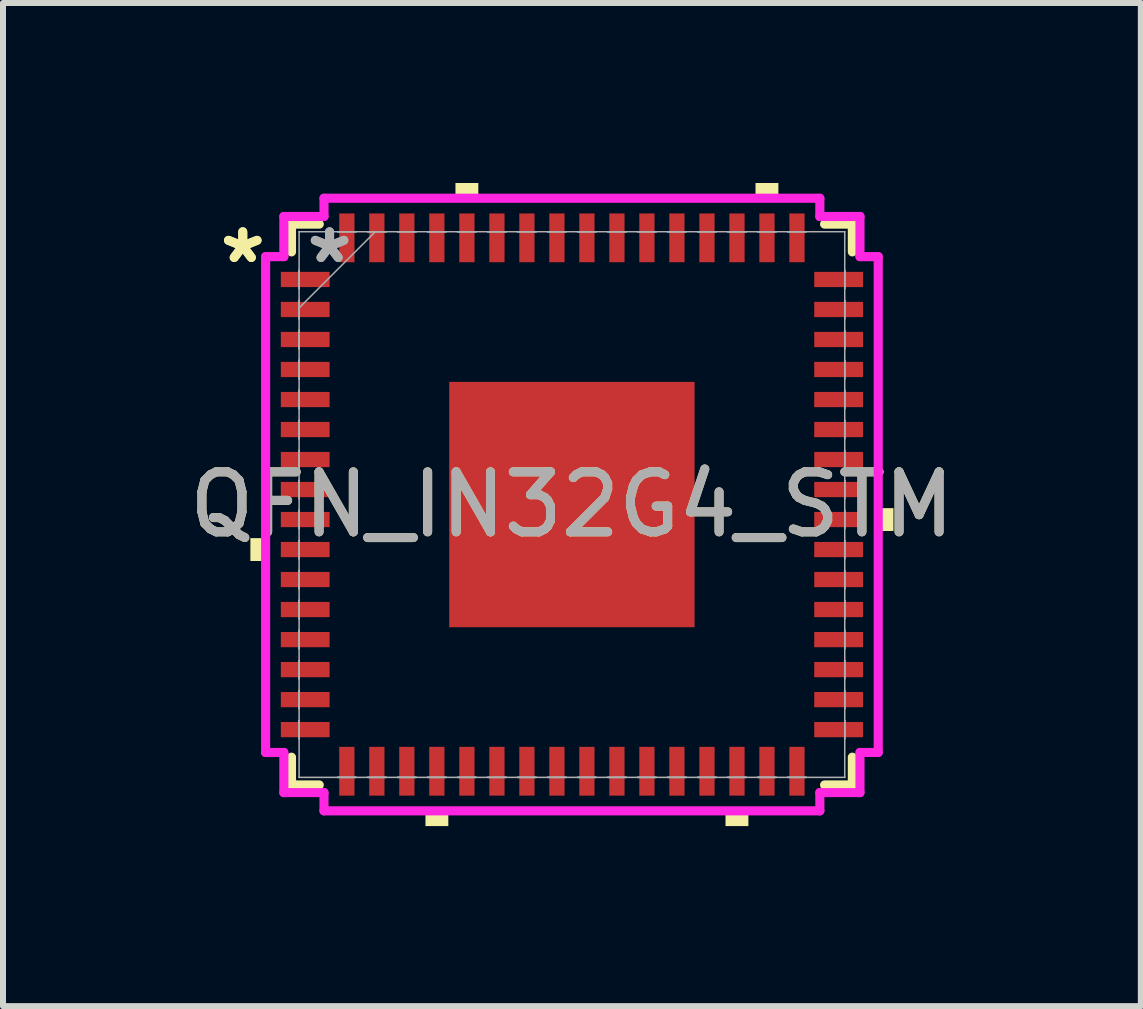
<source format=kicad_pcb>
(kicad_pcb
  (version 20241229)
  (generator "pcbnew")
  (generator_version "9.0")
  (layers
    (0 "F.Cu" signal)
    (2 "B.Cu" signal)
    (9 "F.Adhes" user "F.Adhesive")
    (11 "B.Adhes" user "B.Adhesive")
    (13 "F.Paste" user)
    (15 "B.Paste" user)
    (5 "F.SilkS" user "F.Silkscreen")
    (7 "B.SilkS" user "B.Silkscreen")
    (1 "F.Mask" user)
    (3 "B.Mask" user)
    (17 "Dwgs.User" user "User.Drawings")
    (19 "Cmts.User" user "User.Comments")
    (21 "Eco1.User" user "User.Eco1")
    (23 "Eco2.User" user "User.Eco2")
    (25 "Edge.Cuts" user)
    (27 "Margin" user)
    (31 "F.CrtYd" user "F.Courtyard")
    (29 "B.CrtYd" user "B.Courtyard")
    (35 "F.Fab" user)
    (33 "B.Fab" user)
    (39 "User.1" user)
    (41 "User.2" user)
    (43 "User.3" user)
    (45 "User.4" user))
  (footprint "QFN_IN32G4_STM"
    (layer "F.Cu")
    (at 6.482 5.359)
    (property "Reference" "QFN_IN32G4_STM" (at 0 0 0) (unlocked yes) (layer "F.SilkS") (effects (font (size 1 1) (thickness 0.15))))
    (attr smd)
    (fp_line (start -4.674 -4.674) (end -4.674 -4.211) (stroke (width 0.152) (type solid)) (layer "F.SilkS"))
    (fp_line (start -4.674 4.211) (end -4.674 4.674) (stroke (width 0.152) (type solid)) (layer "F.SilkS"))
    (fp_line (start -4.674 4.674) (end -4.211 4.674) (stroke (width 0.152) (type solid)) (layer "F.SilkS"))
    (fp_line (start -4.211 -4.674) (end -4.674 -4.674) (stroke (width 0.152) (type solid)) (layer "F.SilkS"))
    (fp_line (start 4.211 4.674) (end 4.674 4.674) (stroke (width 0.152) (type solid)) (layer "F.SilkS"))
    (fp_line (start 4.674 -4.674) (end 4.211 -4.674) (stroke (width 0.152) (type solid)) (layer "F.SilkS"))
    (fp_line (start 4.674 -4.211) (end 4.674 -4.674) (stroke (width 0.152) (type solid)) (layer "F.SilkS"))
    (fp_line (start 4.674 4.674) (end 4.674 4.211) (stroke (width 0.152) (type solid)) (layer "F.SilkS"))
    (fp_poly (pts (xy -5.359 0.56) (xy -5.359 0.941) (xy -5.105 0.941) (xy -5.105 0.56)) (stroke (width 0) (type solid)) (fill yes) (layer "F.SilkS"))
    (fp_poly (pts (xy -2.441 5.105) (xy -2.441 5.359) (xy -2.06 5.359) (xy -2.06 5.105)) (stroke (width 0) (type solid)) (fill yes) (layer "F.SilkS"))
    (fp_poly (pts (xy -1.941 -5.105) (xy -1.941 -5.359) (xy -1.56 -5.359) (xy -1.56 -5.105)) (stroke (width 0) (type solid)) (fill yes) (layer "F.SilkS"))
    (fp_poly (pts (xy 2.56 5.105) (xy 2.56 5.359) (xy 2.941 5.359) (xy 2.941 5.105)) (stroke (width 0) (type solid)) (fill yes) (layer "F.SilkS"))
    (fp_poly (pts (xy 3.06 -5.105) (xy 3.06 -5.359) (xy 3.441 -5.359) (xy 3.441 -5.105)) (stroke (width 0) (type solid)) (fill yes) (layer "F.SilkS"))
    (fp_poly (pts (xy 5.359 0.06) (xy 5.359 0.441) (xy 5.105 0.441) (xy 5.105 0.06)) (stroke (width 0) (type solid)) (fill yes) (layer "F.SilkS"))
    (fp_poly (pts (xy -1.945 -1.945) (xy -1.945 -0.782) (xy -0.782 -0.782) (xy -0.782 -1.945)) (stroke (width 0) (type solid)) (fill yes) (layer "F.Paste"))
    (fp_poly (pts (xy -1.945 -0.582) (xy -1.945 0.582) (xy -0.782 0.582) (xy -0.782 -0.582)) (stroke (width 0) (type solid)) (fill yes) (layer "F.Paste"))
    (fp_poly (pts (xy -1.945 0.782) (xy -1.945 1.945) (xy -0.782 1.945) (xy -0.782 0.782)) (stroke (width 0) (type solid)) (fill yes) (layer "F.Paste"))
    (fp_poly (pts (xy -0.582 -1.945) (xy -0.582 -0.782) (xy 0.582 -0.782) (xy 0.582 -1.945)) (stroke (width 0) (type solid)) (fill yes) (layer "F.Paste"))
    (fp_poly (pts (xy -0.582 -0.582) (xy -0.582 0.582) (xy 0.582 0.582) (xy 0.582 -0.582)) (stroke (width 0) (type solid)) (fill yes) (layer "F.Paste"))
    (fp_poly (pts (xy -0.582 0.782) (xy -0.582 1.945) (xy 0.582 1.945) (xy 0.582 0.782)) (stroke (width 0) (type solid)) (fill yes) (layer "F.Paste"))
    (fp_poly (pts (xy 0.782 -1.945) (xy 0.782 -0.782) (xy 1.945 -0.782) (xy 1.945 -1.945)) (stroke (width 0) (type solid)) (fill yes) (layer "F.Paste"))
    (fp_poly (pts (xy 0.782 -0.582) (xy 0.782 0.582) (xy 1.945 0.582) (xy 1.945 -0.582)) (stroke (width 0) (type solid)) (fill yes) (layer "F.Paste"))
    (fp_poly (pts (xy 0.782 0.782) (xy 0.782 1.945) (xy 1.945 1.945) (xy 1.945 0.782)) (stroke (width 0) (type solid)) (fill yes) (layer "F.Paste"))
    (fp_line (start -5.105 -4.132) (end -4.801 -4.132) (stroke (width 0.152) (type solid)) (layer "F.CrtYd"))
    (fp_line (start -5.105 4.132) (end -5.105 -4.132) (stroke (width 0.152) (type solid)) (layer "F.CrtYd"))
    (fp_line (start -4.801 -4.801) (end -4.132 -4.801) (stroke (width 0.152) (type solid)) (layer "F.CrtYd"))
    (fp_line (start -4.801 -4.132) (end -4.801 -4.801) (stroke (width 0.152) (type solid)) (layer "F.CrtYd"))
    (fp_line (start -4.801 4.132) (end -5.105 4.132) (stroke (width 0.152) (type solid)) (layer "F.CrtYd"))
    (fp_line (start -4.801 4.801) (end -4.801 4.132) (stroke (width 0.152) (type solid)) (layer "F.CrtYd"))
    (fp_line (start -4.132 -5.105) (end 4.132 -5.105) (stroke (width 0.152) (type solid)) (layer "F.CrtYd"))
    (fp_line (start -4.132 -4.801) (end -4.132 -5.105) (stroke (width 0.152) (type solid)) (layer "F.CrtYd"))
    (fp_line (start -4.132 4.801) (end -4.801 4.801) (stroke (width 0.152) (type solid)) (layer "F.CrtYd"))
    (fp_line (start -4.132 5.105) (end -4.132 4.801) (stroke (width 0.152) (type solid)) (layer "F.CrtYd"))
    (fp_line (start 4.132 -5.105) (end 4.132 -4.801) (stroke (width 0.152) (type solid)) (layer "F.CrtYd"))
    (fp_line (start 4.132 -4.801) (end 4.801 -4.801) (stroke (width 0.152) (type solid)) (layer "F.CrtYd"))
    (fp_line (start 4.132 4.801) (end 4.132 5.105) (stroke (width 0.152) (type solid)) (layer "F.CrtYd"))
    (fp_line (start 4.132 5.105) (end -4.132 5.105) (stroke (width 0.152) (type solid)) (layer "F.CrtYd"))
    (fp_line (start 4.801 -4.801) (end 4.801 -4.132) (stroke (width 0.152) (type solid)) (layer "F.CrtYd"))
    (fp_line (start 4.801 -4.132) (end 5.105 -4.132) (stroke (width 0.152) (type solid)) (layer "F.CrtYd"))
    (fp_line (start 4.801 4.132) (end 4.801 4.801) (stroke (width 0.152) (type solid)) (layer "F.CrtYd"))
    (fp_line (start 4.801 4.801) (end 4.132 4.801) (stroke (width 0.152) (type solid)) (layer "F.CrtYd"))
    (fp_line (start 5.105 -4.132) (end 5.105 4.132) (stroke (width 0.152) (type solid)) (layer "F.CrtYd"))
    (fp_line (start 5.105 4.132) (end 4.801 4.132) (stroke (width 0.152) (type solid)) (layer "F.CrtYd"))
    (fp_line (start -4.547 -4.547) (end -4.547 -4.547) (stroke (width 0.025) (type solid)) (layer "F.Fab"))
    (fp_line (start -4.547 -4.547) (end -4.547 4.547) (stroke (width 0.025) (type solid)) (layer "F.Fab"))
    (fp_line (start -4.547 -3.903) (end -4.547 -3.903) (stroke (width 0.025) (type solid)) (layer "F.Fab"))
    (fp_line (start -4.547 -3.903) (end -4.547 -3.599) (stroke (width 0.025) (type solid)) (layer "F.Fab"))
    (fp_line (start -4.547 -3.599) (end -4.547 -3.903) (stroke (width 0.025) (type solid)) (layer "F.Fab"))
    (fp_line (start -4.547 -3.599) (end -4.547 -3.599) (stroke (width 0.025) (type solid)) (layer "F.Fab"))
    (fp_line (start -4.547 -3.403) (end -4.547 -3.403) (stroke (width 0.025) (type solid)) (layer "F.Fab"))
    (fp_line (start -4.547 -3.403) (end -4.547 -3.098) (stroke (width 0.025) (type solid)) (layer "F.Fab"))
    (fp_line (start -4.547 -3.277) (end -3.277 -4.547) (stroke (width 0.025) (type solid)) (layer "F.Fab"))
    (fp_line (start -4.547 -3.098) (end -4.547 -3.403) (stroke (width 0.025) (type solid)) (layer "F.Fab"))
    (fp_line (start -4.547 -3.098) (end -4.547 -3.098) (stroke (width 0.025) (type solid)) (layer "F.Fab"))
    (fp_line (start -4.547 -2.903) (end -4.547 -2.903) (stroke (width 0.025) (type solid)) (layer "F.Fab"))
    (fp_line (start -4.547 -2.903) (end -4.547 -2.598) (stroke (width 0.025) (type solid)) (layer "F.Fab"))
    (fp_line (start -4.547 -2.598) (end -4.547 -2.903) (stroke (width 0.025) (type solid)) (layer "F.Fab"))
    (fp_line (start -4.547 -2.598) (end -4.547 -2.598) (stroke (width 0.025) (type solid)) (layer "F.Fab"))
    (fp_line (start -4.547 -2.403) (end -4.547 -2.403) (stroke (width 0.025) (type solid)) (layer "F.Fab"))
    (fp_line (start -4.547 -2.403) (end -4.547 -2.098) (stroke (width 0.025) (type solid)) (layer "F.Fab"))
    (fp_line (start -4.547 -2.098) (end -4.547 -2.403) (stroke (width 0.025) (type solid)) (layer "F.Fab"))
    (fp_line (start -4.547 -2.098) (end -4.547 -2.098) (stroke (width 0.025) (type solid)) (layer "F.Fab"))
    (fp_line (start -4.547 -1.903) (end -4.547 -1.903) (stroke (width 0.025) (type solid)) (layer "F.Fab"))
    (fp_line (start -4.547 -1.903) (end -4.547 -1.598) (stroke (width 0.025) (type solid)) (layer "F.Fab"))
    (fp_line (start -4.547 -1.598) (end -4.547 -1.903) (stroke (width 0.025) (type solid)) (layer "F.Fab"))
    (fp_line (start -4.547 -1.598) (end -4.547 -1.598) (stroke (width 0.025) (type solid)) (layer "F.Fab"))
    (fp_line (start -4.547 -1.403) (end -4.547 -1.403) (stroke (width 0.025) (type solid)) (layer "F.Fab"))
    (fp_line (start -4.547 -1.403) (end -4.547 -1.098) (stroke (width 0.025) (type solid)) (layer "F.Fab"))
    (fp_line (start -4.547 -1.098) (end -4.547 -1.403) (stroke (width 0.025) (type solid)) (layer "F.Fab"))
    (fp_line (start -4.547 -1.098) (end -4.547 -1.098) (stroke (width 0.025) (type solid)) (layer "F.Fab"))
    (fp_line (start -4.547 -0.903) (end -4.547 -0.903) (stroke (width 0.025) (type solid)) (layer "F.Fab"))
    (fp_line (start -4.547 -0.903) (end -4.547 -0.598) (stroke (width 0.025) (type solid)) (layer "F.Fab"))
    (fp_line (start -4.547 -0.598) (end -4.547 -0.903) (stroke (width 0.025) (type solid)) (layer "F.Fab"))
    (fp_line (start -4.547 -0.598) (end -4.547 -0.598) (stroke (width 0.025) (type solid)) (layer "F.Fab"))
    (fp_line (start -4.547 -0.402) (end -4.547 -0.402) (stroke (width 0.025) (type solid)) (layer "F.Fab"))
    (fp_line (start -4.547 -0.402) (end -4.547 -0.098) (stroke (width 0.025) (type solid)) (layer "F.Fab"))
    (fp_line (start -4.547 -0.098) (end -4.547 -0.402) (stroke (width 0.025) (type solid)) (layer "F.Fab"))
    (fp_line (start -4.547 -0.098) (end -4.547 -0.098) (stroke (width 0.025) (type solid)) (layer "F.Fab"))
    (fp_line (start -4.547 0.098) (end -4.547 0.098) (stroke (width 0.025) (type solid)) (layer "F.Fab"))
    (fp_line (start -4.547 0.098) (end -4.547 0.402) (stroke (width 0.025) (type solid)) (layer "F.Fab"))
    (fp_line (start -4.547 0.402) (end -4.547 0.098) (stroke (width 0.025) (type solid)) (layer "F.Fab"))
    (fp_line (start -4.547 0.402) (end -4.547 0.402) (stroke (width 0.025) (type solid)) (layer "F.Fab"))
    (fp_line (start -4.547 0.598) (end -4.547 0.598) (stroke (width 0.025) (type solid)) (layer "F.Fab"))
    (fp_line (start -4.547 0.598) (end -4.547 0.903) (stroke (width 0.025) (type solid)) (layer "F.Fab"))
    (fp_line (start -4.547 0.903) (end -4.547 0.598) (stroke (width 0.025) (type solid)) (layer "F.Fab"))
    (fp_line (start -4.547 0.903) (end -4.547 0.903) (stroke (width 0.025) (type solid)) (layer "F.Fab"))
    (fp_line (start -4.547 1.098) (end -4.547 1.098) (stroke (width 0.025) (type solid)) (layer "F.Fab"))
    (fp_line (start -4.547 1.098) (end -4.547 1.403) (stroke (width 0.025) (type solid)) (layer "F.Fab"))
    (fp_line (start -4.547 1.403) (end -4.547 1.098) (stroke (width 0.025) (type solid)) (layer "F.Fab"))
    (fp_line (start -4.547 1.403) (end -4.547 1.403) (stroke (width 0.025) (type solid)) (layer "F.Fab"))
    (fp_line (start -4.547 1.598) (end -4.547 1.598) (stroke (width 0.025) (type solid)) (layer "F.Fab"))
    (fp_line (start -4.547 1.598) (end -4.547 1.903) (stroke (width 0.025) (type solid)) (layer "F.Fab"))
    (fp_line (start -4.547 1.903) (end -4.547 1.598) (stroke (width 0.025) (type solid)) (layer "F.Fab"))
    (fp_line (start -4.547 1.903) (end -4.547 1.903) (stroke (width 0.025) (type solid)) (layer "F.Fab"))
    (fp_line (start -4.547 2.098) (end -4.547 2.098) (stroke (width 0.025) (type solid)) (layer "F.Fab"))
    (fp_line (start -4.547 2.098) (end -4.547 2.403) (stroke (width 0.025) (type solid)) (layer "F.Fab"))
    (fp_line (start -4.547 2.403) (end -4.547 2.098) (stroke (width 0.025) (type solid)) (layer "F.Fab"))
    (fp_line (start -4.547 2.403) (end -4.547 2.403) (stroke (width 0.025) (type solid)) (layer "F.Fab"))
    (fp_line (start -4.547 2.598) (end -4.547 2.598) (stroke (width 0.025) (type solid)) (layer "F.Fab"))
    (fp_line (start -4.547 2.598) (end -4.547 2.903) (stroke (width 0.025) (type solid)) (layer "F.Fab"))
    (fp_line (start -4.547 2.903) (end -4.547 2.598) (stroke (width 0.025) (type solid)) (layer "F.Fab"))
    (fp_line (start -4.547 2.903) (end -4.547 2.903) (stroke (width 0.025) (type solid)) (layer "F.Fab"))
    (fp_line (start -4.547 3.098) (end -4.547 3.098) (stroke (width 0.025) (type solid)) (layer "F.Fab"))
    (fp_line (start -4.547 3.098) (end -4.547 3.403) (stroke (width 0.025) (type solid)) (layer "F.Fab"))
    (fp_line (start -4.547 3.403) (end -4.547 3.098) (stroke (width 0.025) (type solid)) (layer "F.Fab"))
    (fp_line (start -4.547 3.403) (end -4.547 3.403) (stroke (width 0.025) (type solid)) (layer "F.Fab"))
    (fp_line (start -4.547 3.599) (end -4.547 3.599) (stroke (width 0.025) (type solid)) (layer "F.Fab"))
    (fp_line (start -4.547 3.599) (end -4.547 3.903) (stroke (width 0.025) (type solid)) (layer "F.Fab"))
    (fp_line (start -4.547 3.903) (end -4.547 3.599) (stroke (width 0.025) (type solid)) (layer "F.Fab"))
    (fp_line (start -4.547 3.903) (end -4.547 3.903) (stroke (width 0.025) (type solid)) (layer "F.Fab"))
    (fp_line (start -4.547 4.547) (end -4.547 4.547) (stroke (width 0.025) (type solid)) (layer "F.Fab"))
    (fp_line (start -4.547 4.547) (end 4.547 4.547) (stroke (width 0.025) (type solid)) (layer "F.Fab"))
    (fp_line (start -3.903 -4.547) (end -3.903 -4.547) (stroke (width 0.025) (type solid)) (layer "F.Fab"))
    (fp_line (start -3.903 -4.547) (end -3.599 -4.547) (stroke (width 0.025) (type solid)) (layer "F.Fab"))
    (fp_line (start -3.903 4.547) (end -3.903 4.547) (stroke (width 0.025) (type solid)) (layer "F.Fab"))
    (fp_line (start -3.903 4.547) (end -3.599 4.547) (stroke (width 0.025) (type solid)) (layer "F.Fab"))
    (fp_line (start -3.599 -4.547) (end -3.903 -4.547) (stroke (width 0.025) (type solid)) (layer "F.Fab"))
    (fp_line (start -3.599 -4.547) (end -3.599 -4.547) (stroke (width 0.025) (type solid)) (layer "F.Fab"))
    (fp_line (start -3.599 4.547) (end -3.903 4.547) (stroke (width 0.025) (type solid)) (layer "F.Fab"))
    (fp_line (start -3.599 4.547) (end -3.599 4.547) (stroke (width 0.025) (type solid)) (layer "F.Fab"))
    (fp_line (start -3.403 -4.547) (end -3.403 -4.547) (stroke (width 0.025) (type solid)) (layer "F.Fab"))
    (fp_line (start -3.403 -4.547) (end -3.098 -4.547) (stroke (width 0.025) (type solid)) (layer "F.Fab"))
    (fp_line (start -3.403 4.547) (end -3.403 4.547) (stroke (width 0.025) (type solid)) (layer "F.Fab"))
    (fp_line (start -3.403 4.547) (end -3.098 4.547) (stroke (width 0.025) (type solid)) (layer "F.Fab"))
    (fp_line (start -3.098 -4.547) (end -3.403 -4.547) (stroke (width 0.025) (type solid)) (layer "F.Fab"))
    (fp_line (start -3.098 -4.547) (end -3.098 -4.547) (stroke (width 0.025) (type solid)) (layer "F.Fab"))
    (fp_line (start -3.098 4.547) (end -3.403 4.547) (stroke (width 0.025) (type solid)) (layer "F.Fab"))
    (fp_line (start -3.098 4.547) (end -3.098 4.547) (stroke (width 0.025) (type solid)) (layer "F.Fab"))
    (fp_line (start -2.903 -4.547) (end -2.903 -4.547) (stroke (width 0.025) (type solid)) (layer "F.Fab"))
    (fp_line (start -2.903 -4.547) (end -2.598 -4.547) (stroke (width 0.025) (type solid)) (layer "F.Fab"))
    (fp_line (start -2.903 4.547) (end -2.903 4.547) (stroke (width 0.025) (type solid)) (layer "F.Fab"))
    (fp_line (start -2.903 4.547) (end -2.598 4.547) (stroke (width 0.025) (type solid)) (layer "F.Fab"))
    (fp_line (start -2.598 -4.547) (end -2.903 -4.547) (stroke (width 0.025) (type solid)) (layer "F.Fab"))
    (fp_line (start -2.598 -4.547) (end -2.598 -4.547) (stroke (width 0.025) (type solid)) (layer "F.Fab"))
    (fp_line (start -2.598 4.547) (end -2.903 4.547) (stroke (width 0.025) (type solid)) (layer "F.Fab"))
    (fp_line (start -2.598 4.547) (end -2.598 4.547) (stroke (width 0.025) (type solid)) (layer "F.Fab"))
    (fp_line (start -2.403 -4.547) (end -2.403 -4.547) (stroke (width 0.025) (type solid)) (layer "F.Fab"))
    (fp_line (start -2.403 -4.547) (end -2.098 -4.547) (stroke (width 0.025) (type solid)) (layer "F.Fab"))
    (fp_line (start -2.403 4.547) (end -2.403 4.547) (stroke (width 0.025) (type solid)) (layer "F.Fab"))
    (fp_line (start -2.403 4.547) (end -2.098 4.547) (stroke (width 0.025) (type solid)) (layer "F.Fab"))
    (fp_line (start -2.098 -4.547) (end -2.403 -4.547) (stroke (width 0.025) (type solid)) (layer "F.Fab"))
    (fp_line (start -2.098 -4.547) (end -2.098 -4.547) (stroke (width 0.025) (type solid)) (layer "F.Fab"))
    (fp_line (start -2.098 4.547) (end -2.403 4.547) (stroke (width 0.025) (type solid)) (layer "F.Fab"))
    (fp_line (start -2.098 4.547) (end -2.098 4.547) (stroke (width 0.025) (type solid)) (layer "F.Fab"))
    (fp_line (start -1.903 -4.547) (end -1.903 -4.547) (stroke (width 0.025) (type solid)) (layer "F.Fab"))
    (fp_line (start -1.903 -4.547) (end -1.598 -4.547) (stroke (width 0.025) (type solid)) (layer "F.Fab"))
    (fp_line (start -1.903 4.547) (end -1.903 4.547) (stroke (width 0.025) (type solid)) (layer "F.Fab"))
    (fp_line (start -1.903 4.547) (end -1.598 4.547) (stroke (width 0.025) (type solid)) (layer "F.Fab"))
    (fp_line (start -1.598 -4.547) (end -1.903 -4.547) (stroke (width 0.025) (type solid)) (layer "F.Fab"))
    (fp_line (start -1.598 -4.547) (end -1.598 -4.547) (stroke (width 0.025) (type solid)) (layer "F.Fab"))
    (fp_line (start -1.598 4.547) (end -1.903 4.547) (stroke (width 0.025) (type solid)) (layer "F.Fab"))
    (fp_line (start -1.598 4.547) (end -1.598 4.547) (stroke (width 0.025) (type solid)) (layer "F.Fab"))
    (fp_line (start -1.403 -4.547) (end -1.403 -4.547) (stroke (width 0.025) (type solid)) (layer "F.Fab"))
    (fp_line (start -1.403 -4.547) (end -1.098 -4.547) (stroke (width 0.025) (type solid)) (layer "F.Fab"))
    (fp_line (start -1.403 4.547) (end -1.403 4.547) (stroke (width 0.025) (type solid)) (layer "F.Fab"))
    (fp_line (start -1.403 4.547) (end -1.098 4.547) (stroke (width 0.025) (type solid)) (layer "F.Fab"))
    (fp_line (start -1.098 -4.547) (end -1.403 -4.547) (stroke (width 0.025) (type solid)) (layer "F.Fab"))
    (fp_line (start -1.098 -4.547) (end -1.098 -4.547) (stroke (width 0.025) (type solid)) (layer "F.Fab"))
    (fp_line (start -1.098 4.547) (end -1.403 4.547) (stroke (width 0.025) (type solid)) (layer "F.Fab"))
    (fp_line (start -1.098 4.547) (end -1.098 4.547) (stroke (width 0.025) (type solid)) (layer "F.Fab"))
    (fp_line (start -0.903 -4.547) (end -0.903 -4.547) (stroke (width 0.025) (type solid)) (layer "F.Fab"))
    (fp_line (start -0.903 -4.547) (end -0.598 -4.547) (stroke (width 0.025) (type solid)) (layer "F.Fab"))
    (fp_line (start -0.903 4.547) (end -0.903 4.547) (stroke (width 0.025) (type solid)) (layer "F.Fab"))
    (fp_line (start -0.903 4.547) (end -0.598 4.547) (stroke (width 0.025) (type solid)) (layer "F.Fab"))
    (fp_line (start -0.598 -4.547) (end -0.903 -4.547) (stroke (width 0.025) (type solid)) (layer "F.Fab"))
    (fp_line (start -0.598 -4.547) (end -0.598 -4.547) (stroke (width 0.025) (type solid)) (layer "F.Fab"))
    (fp_line (start -0.598 4.547) (end -0.903 4.547) (stroke (width 0.025) (type solid)) (layer "F.Fab"))
    (fp_line (start -0.598 4.547) (end -0.598 4.547) (stroke (width 0.025) (type solid)) (layer "F.Fab"))
    (fp_line (start -0.402 -4.547) (end -0.402 -4.547) (stroke (width 0.025) (type solid)) (layer "F.Fab"))
    (fp_line (start -0.402 -4.547) (end -0.098 -4.547) (stroke (width 0.025) (type solid)) (layer "F.Fab"))
    (fp_line (start -0.402 4.547) (end -0.402 4.547) (stroke (width 0.025) (type solid)) (layer "F.Fab"))
    (fp_line (start -0.402 4.547) (end -0.098 4.547) (stroke (width 0.025) (type solid)) (layer "F.Fab"))
    (fp_line (start -0.098 -4.547) (end -0.402 -4.547) (stroke (width 0.025) (type solid)) (layer "F.Fab"))
    (fp_line (start -0.098 -4.547) (end -0.098 -4.547) (stroke (width 0.025) (type solid)) (layer "F.Fab"))
    (fp_line (start -0.098 4.547) (end -0.402 4.547) (stroke (width 0.025) (type solid)) (layer "F.Fab"))
    (fp_line (start -0.098 4.547) (end -0.098 4.547) (stroke (width 0.025) (type solid)) (layer "F.Fab"))
    (fp_line (start 0.098 -4.547) (end 0.098 -4.547) (stroke (width 0.025) (type solid)) (layer "F.Fab"))
    (fp_line (start 0.098 -4.547) (end 0.402 -4.547) (stroke (width 0.025) (type solid)) (layer "F.Fab"))
    (fp_line (start 0.098 4.547) (end 0.098 4.547) (stroke (width 0.025) (type solid)) (layer "F.Fab"))
    (fp_line (start 0.098 4.547) (end 0.402 4.547) (stroke (width 0.025) (type solid)) (layer "F.Fab"))
    (fp_line (start 0.402 -4.547) (end 0.098 -4.547) (stroke (width 0.025) (type solid)) (layer "F.Fab"))
    (fp_line (start 0.402 -4.547) (end 0.402 -4.547) (stroke (width 0.025) (type solid)) (layer "F.Fab"))
    (fp_line (start 0.402 4.547) (end 0.098 4.547) (stroke (width 0.025) (type solid)) (layer "F.Fab"))
    (fp_line (start 0.402 4.547) (end 0.402 4.547) (stroke (width 0.025) (type solid)) (layer "F.Fab"))
    (fp_line (start 0.598 -4.547) (end 0.598 -4.547) (stroke (width 0.025) (type solid)) (layer "F.Fab"))
    (fp_line (start 0.598 -4.547) (end 0.903 -4.547) (stroke (width 0.025) (type solid)) (layer "F.Fab"))
    (fp_line (start 0.598 4.547) (end 0.598 4.547) (stroke (width 0.025) (type solid)) (layer "F.Fab"))
    (fp_line (start 0.598 4.547) (end 0.903 4.547) (stroke (width 0.025) (type solid)) (layer "F.Fab"))
    (fp_line (start 0.903 -4.547) (end 0.598 -4.547) (stroke (width 0.025) (type solid)) (layer "F.Fab"))
    (fp_line (start 0.903 -4.547) (end 0.903 -4.547) (stroke (width 0.025) (type solid)) (layer "F.Fab"))
    (fp_line (start 0.903 4.547) (end 0.598 4.547) (stroke (width 0.025) (type solid)) (layer "F.Fab"))
    (fp_line (start 0.903 4.547) (end 0.903 4.547) (stroke (width 0.025) (type solid)) (layer "F.Fab"))
    (fp_line (start 1.098 -4.547) (end 1.098 -4.547) (stroke (width 0.025) (type solid)) (layer "F.Fab"))
    (fp_line (start 1.098 -4.547) (end 1.403 -4.547) (stroke (width 0.025) (type solid)) (layer "F.Fab"))
    (fp_line (start 1.098 4.547) (end 1.098 4.547) (stroke (width 0.025) (type solid)) (layer "F.Fab"))
    (fp_line (start 1.098 4.547) (end 1.403 4.547) (stroke (width 0.025) (type solid)) (layer "F.Fab"))
    (fp_line (start 1.403 -4.547) (end 1.098 -4.547) (stroke (width 0.025) (type solid)) (layer "F.Fab"))
    (fp_line (start 1.403 -4.547) (end 1.403 -4.547) (stroke (width 0.025) (type solid)) (layer "F.Fab"))
    (fp_line (start 1.403 4.547) (end 1.098 4.547) (stroke (width 0.025) (type solid)) (layer "F.Fab"))
    (fp_line (start 1.403 4.547) (end 1.403 4.547) (stroke (width 0.025) (type solid)) (layer "F.Fab"))
    (fp_line (start 1.598 -4.547) (end 1.598 -4.547) (stroke (width 0.025) (type solid)) (layer "F.Fab"))
    (fp_line (start 1.598 -4.547) (end 1.903 -4.547) (stroke (width 0.025) (type solid)) (layer "F.Fab"))
    (fp_line (start 1.598 4.547) (end 1.598 4.547) (stroke (width 0.025) (type solid)) (layer "F.Fab"))
    (fp_line (start 1.598 4.547) (end 1.903 4.547) (stroke (width 0.025) (type solid)) (layer "F.Fab"))
    (fp_line (start 1.903 -4.547) (end 1.598 -4.547) (stroke (width 0.025) (type solid)) (layer "F.Fab"))
    (fp_line (start 1.903 -4.547) (end 1.903 -4.547) (stroke (width 0.025) (type solid)) (layer "F.Fab"))
    (fp_line (start 1.903 4.547) (end 1.598 4.547) (stroke (width 0.025) (type solid)) (layer "F.Fab"))
    (fp_line (start 1.903 4.547) (end 1.903 4.547) (stroke (width 0.025) (type solid)) (layer "F.Fab"))
    (fp_line (start 2.098 -4.547) (end 2.098 -4.547) (stroke (width 0.025) (type solid)) (layer "F.Fab"))
    (fp_line (start 2.098 -4.547) (end 2.403 -4.547) (stroke (width 0.025) (type solid)) (layer "F.Fab"))
    (fp_line (start 2.098 4.547) (end 2.098 4.547) (stroke (width 0.025) (type solid)) (layer "F.Fab"))
    (fp_line (start 2.098 4.547) (end 2.403 4.547) (stroke (width 0.025) (type solid)) (layer "F.Fab"))
    (fp_line (start 2.403 -4.547) (end 2.098 -4.547) (stroke (width 0.025) (type solid)) (layer "F.Fab"))
    (fp_line (start 2.403 -4.547) (end 2.403 -4.547) (stroke (width 0.025) (type solid)) (layer "F.Fab"))
    (fp_line (start 2.403 4.547) (end 2.098 4.547) (stroke (width 0.025) (type solid)) (layer "F.Fab"))
    (fp_line (start 2.403 4.547) (end 2.403 4.547) (stroke (width 0.025) (type solid)) (layer "F.Fab"))
    (fp_line (start 2.598 -4.547) (end 2.598 -4.547) (stroke (width 0.025) (type solid)) (layer "F.Fab"))
    (fp_line (start 2.598 -4.547) (end 2.903 -4.547) (stroke (width 0.025) (type solid)) (layer "F.Fab"))
    (fp_line (start 2.598 4.547) (end 2.598 4.547) (stroke (width 0.025) (type solid)) (layer "F.Fab"))
    (fp_line (start 2.598 4.547) (end 2.903 4.547) (stroke (width 0.025) (type solid)) (layer "F.Fab"))
    (fp_line (start 2.903 -4.547) (end 2.598 -4.547) (stroke (width 0.025) (type solid)) (layer "F.Fab"))
    (fp_line (start 2.903 -4.547) (end 2.903 -4.547) (stroke (width 0.025) (type solid)) (layer "F.Fab"))
    (fp_line (start 2.903 4.547) (end 2.598 4.547) (stroke (width 0.025) (type solid)) (layer "F.Fab"))
    (fp_line (start 2.903 4.547) (end 2.903 4.547) (stroke (width 0.025) (type solid)) (layer "F.Fab"))
    (fp_line (start 3.098 -4.547) (end 3.098 -4.547) (stroke (width 0.025) (type solid)) (layer "F.Fab"))
    (fp_line (start 3.098 -4.547) (end 3.403 -4.547) (stroke (width 0.025) (type solid)) (layer "F.Fab"))
    (fp_line (start 3.098 4.547) (end 3.098 4.547) (stroke (width 0.025) (type solid)) (layer "F.Fab"))
    (fp_line (start 3.098 4.547) (end 3.403 4.547) (stroke (width 0.025) (type solid)) (layer "F.Fab"))
    (fp_line (start 3.403 -4.547) (end 3.098 -4.547) (stroke (width 0.025) (type solid)) (layer "F.Fab"))
    (fp_line (start 3.403 -4.547) (end 3.403 -4.547) (stroke (width 0.025) (type solid)) (layer "F.Fab"))
    (fp_line (start 3.403 4.547) (end 3.098 4.547) (stroke (width 0.025) (type solid)) (layer "F.Fab"))
    (fp_line (start 3.403 4.547) (end 3.403 4.547) (stroke (width 0.025) (type solid)) (layer "F.Fab"))
    (fp_line (start 3.599 -4.547) (end 3.599 -4.547) (stroke (width 0.025) (type solid)) (layer "F.Fab"))
    (fp_line (start 3.599 -4.547) (end 3.903 -4.547) (stroke (width 0.025) (type solid)) (layer "F.Fab"))
    (fp_line (start 3.599 4.547) (end 3.599 4.547) (stroke (width 0.025) (type solid)) (layer "F.Fab"))
    (fp_line (start 3.599 4.547) (end 3.903 4.547) (stroke (width 0.025) (type solid)) (layer "F.Fab"))
    (fp_line (start 3.903 -4.547) (end 3.599 -4.547) (stroke (width 0.025) (type solid)) (layer "F.Fab"))
    (fp_line (start 3.903 -4.547) (end 3.903 -4.547) (stroke (width 0.025) (type solid)) (layer "F.Fab"))
    (fp_line (start 3.903 4.547) (end 3.599 4.547) (stroke (width 0.025) (type solid)) (layer "F.Fab"))
    (fp_line (start 3.903 4.547) (end 3.903 4.547) (stroke (width 0.025) (type solid)) (layer "F.Fab"))
    (fp_line (start 4.547 -4.547) (end -4.547 -4.547) (stroke (width 0.025) (type solid)) (layer "F.Fab"))
    (fp_line (start 4.547 -4.547) (end 4.547 -4.547) (stroke (width 0.025) (type solid)) (layer "F.Fab"))
    (fp_line (start 4.547 -3.903) (end 4.547 -3.903) (stroke (width 0.025) (type solid)) (layer "F.Fab"))
    (fp_line (start 4.547 -3.903) (end 4.547 -3.599) (stroke (width 0.025) (type solid)) (layer "F.Fab"))
    (fp_line (start 4.547 -3.599) (end 4.547 -3.903) (stroke (width 0.025) (type solid)) (layer "F.Fab"))
    (fp_line (start 4.547 -3.599) (end 4.547 -3.599) (stroke (width 0.025) (type solid)) (layer "F.Fab"))
    (fp_line (start 4.547 -3.403) (end 4.547 -3.403) (stroke (width 0.025) (type solid)) (layer "F.Fab"))
    (fp_line (start 4.547 -3.403) (end 4.547 -3.098) (stroke (width 0.025) (type solid)) (layer "F.Fab"))
    (fp_line (start 4.547 -3.098) (end 4.547 -3.403) (stroke (width 0.025) (type solid)) (layer "F.Fab"))
    (fp_line (start 4.547 -3.098) (end 4.547 -3.098) (stroke (width 0.025) (type solid)) (layer "F.Fab"))
    (fp_line (start 4.547 -2.903) (end 4.547 -2.903) (stroke (width 0.025) (type solid)) (layer "F.Fab"))
    (fp_line (start 4.547 -2.903) (end 4.547 -2.598) (stroke (width 0.025) (type solid)) (layer "F.Fab"))
    (fp_line (start 4.547 -2.598) (end 4.547 -2.903) (stroke (width 0.025) (type solid)) (layer "F.Fab"))
    (fp_line (start 4.547 -2.598) (end 4.547 -2.598) (stroke (width 0.025) (type solid)) (layer "F.Fab"))
    (fp_line (start 4.547 -2.403) (end 4.547 -2.403) (stroke (width 0.025) (type solid)) (layer "F.Fab"))
    (fp_line (start 4.547 -2.403) (end 4.547 -2.098) (stroke (width 0.025) (type solid)) (layer "F.Fab"))
    (fp_line (start 4.547 -2.098) (end 4.547 -2.403) (stroke (width 0.025) (type solid)) (layer "F.Fab"))
    (fp_line (start 4.547 -2.098) (end 4.547 -2.098) (stroke (width 0.025) (type solid)) (layer "F.Fab"))
    (fp_line (start 4.547 -1.903) (end 4.547 -1.903) (stroke (width 0.025) (type solid)) (layer "F.Fab"))
    (fp_line (start 4.547 -1.903) (end 4.547 -1.598) (stroke (width 0.025) (type solid)) (layer "F.Fab"))
    (fp_line (start 4.547 -1.598) (end 4.547 -1.903) (stroke (width 0.025) (type solid)) (layer "F.Fab"))
    (fp_line (start 4.547 -1.598) (end 4.547 -1.598) (stroke (width 0.025) (type solid)) (layer "F.Fab"))
    (fp_line (start 4.547 -1.403) (end 4.547 -1.403) (stroke (width 0.025) (type solid)) (layer "F.Fab"))
    (fp_line (start 4.547 -1.403) (end 4.547 -1.098) (stroke (width 0.025) (type solid)) (layer "F.Fab"))
    (fp_line (start 4.547 -1.098) (end 4.547 -1.403) (stroke (width 0.025) (type solid)) (layer "F.Fab"))
    (fp_line (start 4.547 -1.098) (end 4.547 -1.098) (stroke (width 0.025) (type solid)) (layer "F.Fab"))
    (fp_line (start 4.547 -0.903) (end 4.547 -0.903) (stroke (width 0.025) (type solid)) (layer "F.Fab"))
    (fp_line (start 4.547 -0.903) (end 4.547 -0.598) (stroke (width 0.025) (type solid)) (layer "F.Fab"))
    (fp_line (start 4.547 -0.598) (end 4.547 -0.903) (stroke (width 0.025) (type solid)) (layer "F.Fab"))
    (fp_line (start 4.547 -0.598) (end 4.547 -0.598) (stroke (width 0.025) (type solid)) (layer "F.Fab"))
    (fp_line (start 4.547 -0.402) (end 4.547 -0.402) (stroke (width 0.025) (type solid)) (layer "F.Fab"))
    (fp_line (start 4.547 -0.402) (end 4.547 -0.098) (stroke (width 0.025) (type solid)) (layer "F.Fab"))
    (fp_line (start 4.547 -0.098) (end 4.547 -0.402) (stroke (width 0.025) (type solid)) (layer "F.Fab"))
    (fp_line (start 4.547 -0.098) (end 4.547 -0.098) (stroke (width 0.025) (type solid)) (layer "F.Fab"))
    (fp_line (start 4.547 0.098) (end 4.547 0.098) (stroke (width 0.025) (type solid)) (layer "F.Fab"))
    (fp_line (start 4.547 0.098) (end 4.547 0.402) (stroke (width 0.025) (type solid)) (layer "F.Fab"))
    (fp_line (start 4.547 0.402) (end 4.547 0.098) (stroke (width 0.025) (type solid)) (layer "F.Fab"))
    (fp_line (start 4.547 0.402) (end 4.547 0.402) (stroke (width 0.025) (type solid)) (layer "F.Fab"))
    (fp_line (start 4.547 0.598) (end 4.547 0.598) (stroke (width 0.025) (type solid)) (layer "F.Fab"))
    (fp_line (start 4.547 0.598) (end 4.547 0.903) (stroke (width 0.025) (type solid)) (layer "F.Fab"))
    (fp_line (start 4.547 0.903) (end 4.547 0.598) (stroke (width 0.025) (type solid)) (layer "F.Fab"))
    (fp_line (start 4.547 0.903) (end 4.547 0.903) (stroke (width 0.025) (type solid)) (layer "F.Fab"))
    (fp_line (start 4.547 1.098) (end 4.547 1.098) (stroke (width 0.025) (type solid)) (layer "F.Fab"))
    (fp_line (start 4.547 1.098) (end 4.547 1.403) (stroke (width 0.025) (type solid)) (layer "F.Fab"))
    (fp_line (start 4.547 1.403) (end 4.547 1.098) (stroke (width 0.025) (type solid)) (layer "F.Fab"))
    (fp_line (start 4.547 1.403) (end 4.547 1.403) (stroke (width 0.025) (type solid)) (layer "F.Fab"))
    (fp_line (start 4.547 1.598) (end 4.547 1.598) (stroke (width 0.025) (type solid)) (layer "F.Fab"))
    (fp_line (start 4.547 1.598) (end 4.547 1.903) (stroke (width 0.025) (type solid)) (layer "F.Fab"))
    (fp_line (start 4.547 1.903) (end 4.547 1.598) (stroke (width 0.025) (type solid)) (layer "F.Fab"))
    (fp_line (start 4.547 1.903) (end 4.547 1.903) (stroke (width 0.025) (type solid)) (layer "F.Fab"))
    (fp_line (start 4.547 2.098) (end 4.547 2.098) (stroke (width 0.025) (type solid)) (layer "F.Fab"))
    (fp_line (start 4.547 2.098) (end 4.547 2.403) (stroke (width 0.025) (type solid)) (layer "F.Fab"))
    (fp_line (start 4.547 2.403) (end 4.547 2.098) (stroke (width 0.025) (type solid)) (layer "F.Fab"))
    (fp_line (start 4.547 2.403) (end 4.547 2.403) (stroke (width 0.025) (type solid)) (layer "F.Fab"))
    (fp_line (start 4.547 2.598) (end 4.547 2.598) (stroke (width 0.025) (type solid)) (layer "F.Fab"))
    (fp_line (start 4.547 2.598) (end 4.547 2.903) (stroke (width 0.025) (type solid)) (layer "F.Fab"))
    (fp_line (start 4.547 2.903) (end 4.547 2.598) (stroke (width 0.025) (type solid)) (layer "F.Fab"))
    (fp_line (start 4.547 2.903) (end 4.547 2.903) (stroke (width 0.025) (type solid)) (layer "F.Fab"))
    (fp_line (start 4.547 3.098) (end 4.547 3.098) (stroke (width 0.025) (type solid)) (layer "F.Fab"))
    (fp_line (start 4.547 3.098) (end 4.547 3.403) (stroke (width 0.025) (type solid)) (layer "F.Fab"))
    (fp_line (start 4.547 3.403) (end 4.547 3.098) (stroke (width 0.025) (type solid)) (layer "F.Fab"))
    (fp_line (start 4.547 3.403) (end 4.547 3.403) (stroke (width 0.025) (type solid)) (layer "F.Fab"))
    (fp_line (start 4.547 3.599) (end 4.547 3.599) (stroke (width 0.025) (type solid)) (layer "F.Fab"))
    (fp_line (start 4.547 3.599) (end 4.547 3.903) (stroke (width 0.025) (type solid)) (layer "F.Fab"))
    (fp_line (start 4.547 3.903) (end 4.547 3.599) (stroke (width 0.025) (type solid)) (layer "F.Fab"))
    (fp_line (start 4.547 3.903) (end 4.547 3.903) (stroke (width 0.025) (type solid)) (layer "F.Fab"))
    (fp_line (start 4.547 4.547) (end 4.547 -4.547) (stroke (width 0.025) (type solid)) (layer "F.Fab"))
    (fp_line (start 4.547 4.547) (end 4.547 4.547) (stroke (width 0.025) (type solid)) (layer "F.Fab"))
    (fp_text user "*" (at -5.486 -4.001 0) (unlocked yes) (layer "F.SilkS") (effects (font (size 1 1) (thickness 0.15))))
    (fp_text user "*" (at -5.486 -4.001 0) (layer "F.SilkS") (effects (font (size 1 1) (thickness 0.15))))
    (fp_text user "*" (at -4.039 -4.001 0) (layer "F.Fab") (effects (font (size 1 1) (thickness 0.15))))
    (fp_text user "*" (at -4.039 -4.001 0) (unlocked yes) (layer "F.Fab") (effects (font (size 1 1) (thickness 0.15))))
    (fp_text user "${REFERENCE}" (at 0 0 0) (unlocked yes) (layer "F.Fab") (effects (font (size 1 1) (thickness 0.15))))
    (pad "1" smd rect (at -4.445 -3.751 90) (size 0.254 0.813) (layers "F.Cu" "F.Mask" "F.Paste"))
    (pad "2" smd rect (at -4.445 -3.251 90) (size 0.254 0.813) (layers "F.Cu" "F.Mask" "F.Paste"))
    (pad "3" smd rect (at -4.445 -2.751 90) (size 0.254 0.813) (layers "F.Cu" "F.Mask" "F.Paste"))
    (pad "4" smd rect (at -4.445 -2.251 90) (size 0.254 0.813) (layers "F.Cu" "F.Mask" "F.Paste"))
    (pad "5" smd rect (at -4.445 -1.75 90) (size 0.254 0.813) (layers "F.Cu" "F.Mask" "F.Paste"))
    (pad "6" smd rect (at -4.445 -1.25 90) (size 0.254 0.813) (layers "F.Cu" "F.Mask" "F.Paste"))
    (pad "7" smd rect (at -4.445 -0.75 90) (size 0.254 0.813) (layers "F.Cu" "F.Mask" "F.Paste"))
    (pad "8" smd rect (at -4.445 -0.25 90) (size 0.254 0.813) (layers "F.Cu" "F.Mask" "F.Paste"))
    (pad "9" smd rect (at -4.445 0.25 90) (size 0.254 0.813) (layers "F.Cu" "F.Mask" "F.Paste"))
    (pad "10" smd rect (at -4.445 0.75 90) (size 0.254 0.813) (layers "F.Cu" "F.Mask" "F.Paste"))
    (pad "11" smd rect (at -4.445 1.25 90) (size 0.254 0.813) (layers "F.Cu" "F.Mask" "F.Paste"))
    (pad "12" smd rect (at -4.445 1.75 90) (size 0.254 0.813) (layers "F.Cu" "F.Mask" "F.Paste"))
    (pad "13" smd rect (at -4.445 2.251 90) (size 0.254 0.813) (layers "F.Cu" "F.Mask" "F.Paste"))
    (pad "14" smd rect (at -4.445 2.751 90) (size 0.254 0.813) (layers "F.Cu" "F.Mask" "F.Paste"))
    (pad "15" smd rect (at -4.445 3.251 90) (size 0.254 0.813) (layers "F.Cu" "F.Mask" "F.Paste"))
    (pad "16" smd rect (at -4.445 3.751 90) (size 0.254 0.813) (layers "F.Cu" "F.Mask" "F.Paste"))
    (pad "17" smd rect (at -3.751 4.445) (size 0.254 0.813) (layers "F.Cu" "F.Mask" "F.Paste"))
    (pad "18" smd rect (at -3.251 4.445) (size 0.254 0.813) (layers "F.Cu" "F.Mask" "F.Paste"))
    (pad "19" smd rect (at -2.751 4.445) (size 0.254 0.813) (layers "F.Cu" "F.Mask" "F.Paste"))
    (pad "20" smd rect (at -2.251 4.445) (size 0.254 0.813) (layers "F.Cu" "F.Mask" "F.Paste"))
    (pad "21" smd rect (at -1.75 4.445) (size 0.254 0.813) (layers "F.Cu" "F.Mask" "F.Paste"))
    (pad "22" smd rect (at -1.25 4.445) (size 0.254 0.813) (layers "F.Cu" "F.Mask" "F.Paste"))
    (pad "23" smd rect (at -0.75 4.445) (size 0.254 0.813) (layers "F.Cu" "F.Mask" "F.Paste"))
    (pad "24" smd rect (at -0.25 4.445) (size 0.254 0.813) (layers "F.Cu" "F.Mask" "F.Paste"))
    (pad "25" smd rect (at 0.25 4.445) (size 0.254 0.813) (layers "F.Cu" "F.Mask" "F.Paste"))
    (pad "26" smd rect (at 0.75 4.445) (size 0.254 0.813) (layers "F.Cu" "F.Mask" "F.Paste"))
    (pad "27" smd rect (at 1.25 4.445) (size 0.254 0.813) (layers "F.Cu" "F.Mask" "F.Paste"))
    (pad "28" smd rect (at 1.75 4.445) (size 0.254 0.813) (layers "F.Cu" "F.Mask" "F.Paste"))
    (pad "29" smd rect (at 2.251 4.445) (size 0.254 0.813) (layers "F.Cu" "F.Mask" "F.Paste"))
    (pad "30" smd rect (at 2.751 4.445) (size 0.254 0.813) (layers "F.Cu" "F.Mask" "F.Paste"))
    (pad "31" smd rect (at 3.251 4.445) (size 0.254 0.813) (layers "F.Cu" "F.Mask" "F.Paste"))
    (pad "32" smd rect (at 3.751 4.445) (size 0.254 0.813) (layers "F.Cu" "F.Mask" "F.Paste"))
    (pad "33" smd rect (at 4.445 3.751 90) (size 0.254 0.813) (layers "F.Cu" "F.Mask" "F.Paste"))
    (pad "34" smd rect (at 4.445 3.251 90) (size 0.254 0.813) (layers "F.Cu" "F.Mask" "F.Paste"))
    (pad "35" smd rect (at 4.445 2.751 90) (size 0.254 0.813) (layers "F.Cu" "F.Mask" "F.Paste"))
    (pad "36" smd rect (at 4.445 2.251 90) (size 0.254 0.813) (layers "F.Cu" "F.Mask" "F.Paste"))
    (pad "37" smd rect (at 4.445 1.75 90) (size 0.254 0.813) (layers "F.Cu" "F.Mask" "F.Paste"))
    (pad "38" smd rect (at 4.445 1.25 90) (size 0.254 0.813) (layers "F.Cu" "F.Mask" "F.Paste"))
    (pad "39" smd rect (at 4.445 0.75 90) (size 0.254 0.813) (layers "F.Cu" "F.Mask" "F.Paste"))
    (pad "40" smd rect (at 4.445 0.25 90) (size 0.254 0.813) (layers "F.Cu" "F.Mask" "F.Paste"))
    (pad "41" smd rect (at 4.445 -0.25 90) (size 0.254 0.813) (layers "F.Cu" "F.Mask" "F.Paste"))
    (pad "42" smd rect (at 4.445 -0.75 90) (size 0.254 0.813) (layers "F.Cu" "F.Mask" "F.Paste"))
    (pad "43" smd rect (at 4.445 -1.25 90) (size 0.254 0.813) (layers "F.Cu" "F.Mask" "F.Paste"))
    (pad "44" smd rect (at 4.445 -1.75 90) (size 0.254 0.813) (layers "F.Cu" "F.Mask" "F.Paste"))
    (pad "45" smd rect (at 4.445 -2.251 90) (size 0.254 0.813) (layers "F.Cu" "F.Mask" "F.Paste"))
    (pad "46" smd rect (at 4.445 -2.751 90) (size 0.254 0.813) (layers "F.Cu" "F.Mask" "F.Paste"))
    (pad "47" smd rect (at 4.445 -3.251 90) (size 0.254 0.813) (layers "F.Cu" "F.Mask" "F.Paste"))
    (pad "48" smd rect (at 4.445 -3.751 90) (size 0.254 0.813) (layers "F.Cu" "F.Mask" "F.Paste"))
    (pad "49" smd rect (at 3.751 -4.445) (size 0.254 0.813) (layers "F.Cu" "F.Mask" "F.Paste"))
    (pad "50" smd rect (at 3.251 -4.445) (size 0.254 0.813) (layers "F.Cu" "F.Mask" "F.Paste"))
    (pad "51" smd rect (at 2.751 -4.445) (size 0.254 0.813) (layers "F.Cu" "F.Mask" "F.Paste"))
    (pad "52" smd rect (at 2.251 -4.445) (size 0.254 0.813) (layers "F.Cu" "F.Mask" "F.Paste"))
    (pad "53" smd rect (at 1.75 -4.445) (size 0.254 0.813) (layers "F.Cu" "F.Mask" "F.Paste"))
    (pad "54" smd rect (at 1.25 -4.445) (size 0.254 0.813) (layers "F.Cu" "F.Mask" "F.Paste"))
    (pad "55" smd rect (at 0.75 -4.445) (size 0.254 0.813) (layers "F.Cu" "F.Mask" "F.Paste"))
    (pad "56" smd rect (at 0.25 -4.445) (size 0.254 0.813) (layers "F.Cu" "F.Mask" "F.Paste"))
    (pad "57" smd rect (at -0.25 -4.445) (size 0.254 0.813) (layers "F.Cu" "F.Mask" "F.Paste"))
    (pad "58" smd rect (at -0.75 -4.445) (size 0.254 0.813) (layers "F.Cu" "F.Mask" "F.Paste"))
    (pad "59" smd rect (at -1.25 -4.445) (size 0.254 0.813) (layers "F.Cu" "F.Mask" "F.Paste"))
    (pad "60" smd rect (at -1.75 -4.445) (size 0.254 0.813) (layers "F.Cu" "F.Mask" "F.Paste"))
    (pad "61" smd rect (at -2.251 -4.445) (size 0.254 0.813) (layers "F.Cu" "F.Mask" "F.Paste"))
    (pad "62" smd rect (at -2.751 -4.445) (size 0.254 0.813) (layers "F.Cu" "F.Mask" "F.Paste"))
    (pad "63" smd rect (at -3.251 -4.445) (size 0.254 0.813) (layers "F.Cu" "F.Mask" "F.Paste"))
    (pad "64" smd rect (at -3.751 -4.445) (size 0.254 0.813) (layers "F.Cu" "F.Mask" "F.Paste"))
    (pad "65" smd rect (at 0 0) (size 4.089 4.089) (layers "F.Cu" "F.Mask" "F.Paste")))
  (gr_rect
    (start -3 -3)
    (end 15.964 13.719)
    (stroke (width 0.1) (type default))
    (fill no)
    (layer "Edge.Cuts")))
</source>
